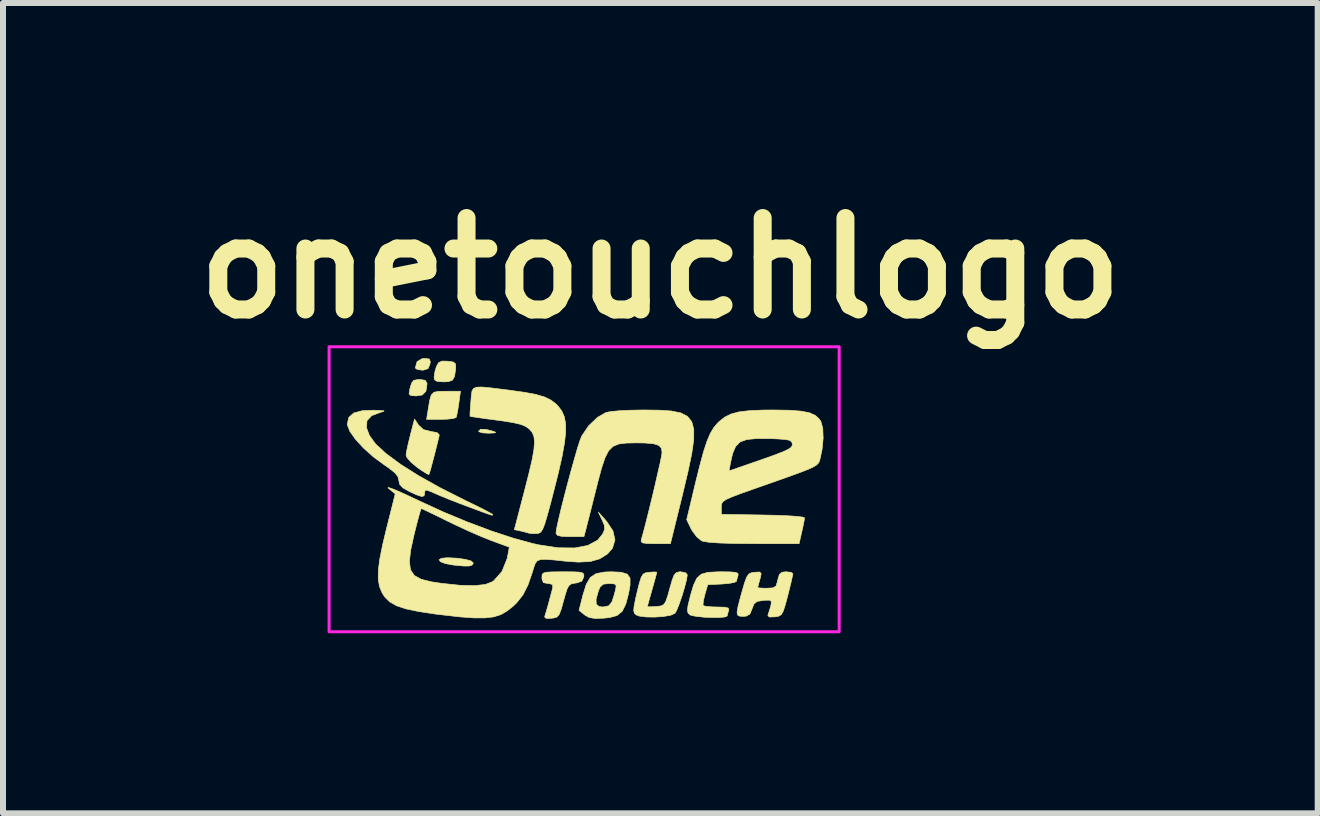
<source format=kicad_pcb>
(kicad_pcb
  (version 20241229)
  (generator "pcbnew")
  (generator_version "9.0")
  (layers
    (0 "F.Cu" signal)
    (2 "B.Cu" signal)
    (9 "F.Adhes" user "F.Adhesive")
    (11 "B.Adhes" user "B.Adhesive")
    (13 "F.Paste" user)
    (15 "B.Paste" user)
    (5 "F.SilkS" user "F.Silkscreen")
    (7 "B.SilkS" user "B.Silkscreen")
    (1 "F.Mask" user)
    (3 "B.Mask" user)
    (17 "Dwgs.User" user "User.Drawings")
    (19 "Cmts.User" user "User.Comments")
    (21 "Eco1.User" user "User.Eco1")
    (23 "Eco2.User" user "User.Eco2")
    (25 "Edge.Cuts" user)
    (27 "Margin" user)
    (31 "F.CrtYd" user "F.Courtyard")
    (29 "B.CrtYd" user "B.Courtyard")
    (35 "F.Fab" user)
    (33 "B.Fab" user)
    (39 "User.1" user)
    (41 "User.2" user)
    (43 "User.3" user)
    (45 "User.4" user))
  (footprint "onetouchlogo"
    (layer "F.Cu")
    (at 6.684 5.228)
    (property "Reference" "onetouchlogo" (at 1.27 -3.81 0) (layer "F.SilkS") (effects (font (size 1.524 1.524) (thickness 0.3))))
    (attr through_hole)
    (fp_poly (pts (xy -1.634 -1.122) (xy -1.524 -1.094) (xy -1.474 -1.075) (xy -1.488 -1.064) (xy -1.571 -1.06) (xy -1.592 -1.059) (xy -1.694 -1.065) (xy -1.753 -1.084) (xy -1.758 -1.094) (xy -1.725 -1.125) (xy -1.634 -1.122)) (stroke (width 0.01) (type solid)) (fill yes) (layer "F.SilkS"))
    (fp_poly (pts (xy -2.582 -2.296) (xy -2.563 -2.252) (xy -2.57 -2.208) (xy -2.601 -2.135) (xy -2.675 -2.111) (xy -2.701 -2.11) (xy -2.781 -2.121) (xy -2.814 -2.146) (xy -2.784 -2.251) (xy -2.699 -2.302) (xy -2.658 -2.306) (xy -2.582 -2.296)) (stroke (width 0.01) (type solid)) (fill yes) (layer "F.SilkS"))
    (fp_poly (pts (xy -2.648 -1.941) (xy -2.619 -1.893) (xy -2.618 -1.879) (xy -2.636 -1.758) (xy -2.697 -1.696) (xy -2.799 -1.68) (xy -2.887 -1.686) (xy -2.917 -1.714) (xy -2.907 -1.785) (xy -2.907 -1.788) (xy -2.877 -1.891) (xy -2.84 -1.94) (xy -2.772 -1.953) (xy -2.733 -1.954) (xy -2.648 -1.941)) (stroke (width 0.01) (type solid)) (fill yes) (layer "F.SilkS"))
    (fp_poly (pts (xy -2.114 1.024) (xy -1.977 1.044) (xy -1.882 1.071) (xy -1.847 1.104) (xy -1.848 1.109) (xy -1.869 1.14) (xy -1.917 1.154) (xy -2.008 1.154) (xy -2.158 1.14) (xy -2.185 1.137) (xy -2.315 1.113) (xy -2.394 1.082) (xy -2.418 1.05) (xy -2.378 1.025) (xy -2.279 1.016) (xy -2.114 1.024)) (stroke (width 0.01) (type solid)) (fill yes) (layer "F.SilkS"))
    (fp_poly (pts (xy -2.088 -1.556) (xy -2.107 -1.435) (xy -2.125 -1.347) (xy -2.134 -1.321) (xy -2.181 -1.304) (xy -2.282 -1.293) (xy -2.389 -1.29) (xy -2.625 -1.29) (xy -2.599 -1.456) (xy -2.574 -1.607) (xy -2.547 -1.697) (xy -2.501 -1.742) (xy -2.422 -1.757) (xy -2.298 -1.758) (xy -2.061 -1.758) (xy -2.088 -1.556)) (stroke (width 0.01) (type solid)) (fill yes) (layer "F.SilkS"))
    (fp_poly (pts (xy -2.276 -2.259) (xy -2.181 -2.246) (xy -2.142 -2.214) (xy -2.14 -2.144) (xy -2.141 -2.13) (xy -2.159 -2.006) (xy -2.195 -1.942) (xy -2.266 -1.918) (xy -2.343 -1.915) (xy -2.447 -1.921) (xy -2.492 -1.948) (xy -2.501 -1.99) (xy -2.487 -2.084) (xy -2.462 -2.169) (xy -2.425 -2.236) (xy -2.366 -2.261) (xy -2.276 -2.259)) (stroke (width 0.01) (type solid)) (fill yes) (layer "F.SilkS"))
    (fp_poly (pts (xy -2.762 -1.197) (xy -2.678 -1.119) (xy -2.55 -1.087) (xy -2.45 -1.069) (xy -2.415 -1.033) (xy -2.416 -1.016) (xy -2.447 -0.889) (xy -2.483 -0.743) (xy -2.521 -0.598) (xy -2.554 -0.474) (xy -2.578 -0.392) (xy -2.587 -0.37) (xy -2.622 -0.384) (xy -2.702 -0.434) (xy -2.785 -0.492) (xy -2.886 -0.576) (xy -2.952 -0.653) (xy -2.968 -0.694) (xy -2.957 -0.765) (xy -2.931 -0.885) (xy -2.896 -1.028) (xy -2.896 -1.029) (xy -2.826 -1.295) (xy -2.762 -1.197)) (stroke (width 0.01) (type solid)) (fill yes) (layer "F.SilkS"))
    (fp_poly (pts (xy -0.182 1.251) (xy -0.078 1.256) (xy -0.024 1.27) (xy -0.005 1.294) (xy -0.006 1.334) (xy -0.007 1.338) (xy -0.038 1.406) (xy -0.119 1.435) (xy -0.143 1.438) (xy -0.207 1.449) (xy -0.251 1.477) (xy -0.285 1.539) (xy -0.32 1.652) (xy -0.342 1.731) (xy -0.382 1.875) (xy -0.415 1.96) (xy -0.452 2.003) (xy -0.505 2.02) (xy -0.546 2.025) (xy -0.632 2.027) (xy -0.658 2.003) (xy -0.652 1.979) (xy -0.629 1.905) (xy -0.597 1.793) (xy -0.586 1.751) (xy -0.554 1.631) (xy -0.528 1.535) (xy -0.523 1.514) (xy -0.526 1.463) (xy -0.587 1.446) (xy -0.603 1.446) (xy -0.679 1.431) (xy -0.703 1.37) (xy -0.703 1.348) (xy -0.701 1.302) (xy -0.682 1.273) (xy -0.634 1.258) (xy -0.539 1.252) (xy -0.384 1.25) (xy -0.349 1.25) (xy -0.182 1.251)) (stroke (width 0.01) (type solid)) (fill yes) (layer "F.SilkS"))
    (fp_poly (pts (xy 0.617 1.258) (xy 0.719 1.289) (xy 0.765 1.356) (xy 0.765 1.473) (xy 0.742 1.606) (xy 0.694 1.789) (xy 0.635 1.908) (xy 0.55 1.978) (xy 0.425 2.013) (xy 0.328 2.023) (xy 0.181 2.028) (xy 0.084 2.012) (xy 0.011 1.971) (xy 0.006 1.967) (xy -0.085 1.893) (xy -0.038 1.708) (xy 0.199 1.708) (xy 0.202 1.791) (xy 0.251 1.83) (xy 0.314 1.837) (xy 0.412 1.817) (xy 0.464 1.749) (xy 0.464 1.749) (xy 0.499 1.641) (xy 0.523 1.553) (xy 0.534 1.481) (xy 0.506 1.452) (xy 0.419 1.446) (xy 0.415 1.446) (xy 0.318 1.457) (xy 0.265 1.506) (xy 0.238 1.569) (xy 0.199 1.708) (xy -0.038 1.708) (xy -0.021 1.64) (xy 0.035 1.46) (xy 0.103 1.344) (xy 0.201 1.28) (xy 0.343 1.254) (xy 0.449 1.25) (xy 0.617 1.258)) (stroke (width 0.01) (type solid)) (fill yes) (layer "F.SilkS"))
    (fp_poly (pts (xy 2.432 1.252) (xy 2.523 1.26) (xy 2.563 1.277) (xy 2.566 1.306) (xy 2.564 1.312) (xy 2.543 1.386) (xy 2.54 1.408) (xy 2.504 1.428) (xy 2.412 1.444) (xy 2.3 1.454) (xy 2.06 1.465) (xy 2.012 1.63) (xy 1.987 1.734) (xy 1.981 1.803) (xy 1.985 1.815) (xy 2.033 1.827) (xy 2.133 1.835) (xy 2.219 1.837) (xy 2.341 1.84) (xy 2.4 1.854) (xy 2.412 1.883) (xy 2.407 1.898) (xy 2.387 1.967) (xy 2.384 1.986) (xy 2.349 2.003) (xy 2.258 2.011) (xy 2.135 2.012) (xy 2 2.007) (xy 1.878 1.995) (xy 1.789 1.978) (xy 1.762 1.967) (xy 1.731 1.936) (xy 1.721 1.891) (xy 1.731 1.813) (xy 1.763 1.682) (xy 1.769 1.656) (xy 1.822 1.476) (xy 1.877 1.358) (xy 1.951 1.291) (xy 2.062 1.259) (xy 2.227 1.251) (xy 2.277 1.25) (xy 2.432 1.252)) (stroke (width 0.01) (type solid)) (fill yes) (layer "F.SilkS"))
    (fp_poly (pts (xy 1.69 1.266) (xy 1.719 1.299) (xy 1.707 1.382) (xy 1.675 1.506) (xy 1.632 1.649) (xy 1.585 1.786) (xy 1.542 1.893) (xy 1.512 1.943) (xy 1.443 1.974) (xy 1.322 1.995) (xy 1.176 2.005) (xy 1.033 2.003) (xy 0.918 1.988) (xy 0.866 1.968) (xy 0.837 1.94) (xy 0.826 1.896) (xy 0.833 1.82) (xy 0.858 1.696) (xy 0.881 1.596) (xy 0.92 1.439) (xy 0.951 1.342) (xy 0.983 1.289) (xy 1.025 1.267) (xy 1.085 1.258) (xy 1.171 1.253) (xy 1.211 1.257) (xy 1.211 1.258) (xy 1.201 1.299) (xy 1.175 1.395) (xy 1.138 1.526) (xy 1.133 1.544) (xy 1.095 1.678) (xy 1.067 1.779) (xy 1.055 1.828) (xy 1.055 1.829) (xy 1.089 1.834) (xy 1.175 1.831) (xy 1.201 1.829) (xy 1.277 1.82) (xy 1.325 1.798) (xy 1.36 1.746) (xy 1.394 1.648) (xy 1.425 1.534) (xy 1.467 1.389) (xy 1.5 1.304) (xy 1.536 1.264) (xy 1.585 1.251) (xy 1.611 1.25) (xy 1.69 1.266)) (stroke (width 0.01) (type solid)) (fill yes) (layer "F.SilkS"))
    (fp_poly (pts (xy -1.569 -1.816) (xy -1.372 -1.792) (xy -1.256 -1.777) (xy -0.997 -1.741) (xy -0.802 -1.705) (xy -0.658 -1.662) (xy -0.55 -1.609) (xy -0.464 -1.542) (xy -0.436 -1.513) (xy -0.374 -1.432) (xy -0.332 -1.338) (xy -0.309 -1.224) (xy -0.307 -1.08) (xy -0.327 -0.898) (xy -0.368 -0.67) (xy -0.432 -0.388) (xy -0.519 -0.044) (xy -0.561 0.117) (xy -0.616 0.318) (xy -0.657 0.456) (xy -0.691 0.542) (xy -0.723 0.589) (xy -0.758 0.609) (xy -0.785 0.613) (xy -0.874 0.614) (xy -0.918 0.607) (xy -0.984 0.589) (xy -1.06 0.57) (xy -1.163 0.548) (xy -0.992 -0.107) (xy -0.919 -0.394) (xy -0.867 -0.616) (xy -0.837 -0.785) (xy -0.827 -0.909) (xy -0.836 -1) (xy -0.863 -1.068) (xy -0.909 -1.124) (xy -0.915 -1.13) (xy -0.973 -1.172) (xy -1.057 -1.206) (xy -1.181 -1.235) (xy -1.36 -1.264) (xy -1.451 -1.276) (xy -1.627 -1.299) (xy -1.771 -1.32) (xy -1.868 -1.334) (xy -1.901 -1.341) (xy -1.902 -1.381) (xy -1.896 -1.477) (xy -1.887 -1.593) (xy -1.879 -1.691) (xy -1.869 -1.761) (xy -1.844 -1.804) (xy -1.794 -1.826) (xy -1.706 -1.829) (xy -1.569 -1.816)) (stroke (width 0.01) (type solid)) (fill yes) (layer "F.SilkS"))
    (fp_poly (pts (xy 3.446 1.259) (xy 3.479 1.28) (xy 3.47 1.328) (xy 3.446 1.434) (xy 3.411 1.577) (xy 3.393 1.648) (xy 3.35 1.809) (xy 3.317 1.909) (xy 3.285 1.964) (xy 3.243 1.99) (xy 3.183 2.001) (xy 3.175 2.001) (xy 3.088 2.004) (xy 3.062 1.981) (xy 3.066 1.962) (xy 3.092 1.882) (xy 3.112 1.811) (xy 3.121 1.749) (xy 3.096 1.724) (xy 3.015 1.724) (xy 2.986 1.727) (xy 2.883 1.744) (xy 2.83 1.787) (xy 2.799 1.866) (xy 2.762 1.955) (xy 2.702 1.989) (xy 2.652 1.993) (xy 2.593 1.99) (xy 2.558 1.972) (xy 2.548 1.926) (xy 2.562 1.839) (xy 2.598 1.698) (xy 2.63 1.583) (xy 2.675 1.429) (xy 2.71 1.336) (xy 2.745 1.286) (xy 2.791 1.265) (xy 2.842 1.258) (xy 2.924 1.254) (xy 2.95 1.279) (xy 2.935 1.354) (xy 2.929 1.375) (xy 2.904 1.464) (xy 2.892 1.512) (xy 2.892 1.514) (xy 2.926 1.52) (xy 3.013 1.524) (xy 3.046 1.524) (xy 3.147 1.518) (xy 3.197 1.488) (xy 3.221 1.413) (xy 3.226 1.387) (xy 3.253 1.294) (xy 3.299 1.257) (xy 3.365 1.25) (xy 3.446 1.259)) (stroke (width 0.01) (type solid)) (fill yes) (layer "F.SilkS"))
    (fp_poly (pts (xy -3.39 -1.438) (xy -3.334 -1.432) (xy -3.343 -1.421) (xy -3.39 -1.408) (xy -3.541 -1.351) (xy -3.619 -1.267) (xy -3.627 -1.151) (xy -3.577 -1.019) (xy -3.473 -0.877) (xy -3.298 -0.717) (xy -3.058 -0.54) (xy -2.757 -0.35) (xy -2.399 -0.15) (xy -1.989 0.057) (xy -1.973 0.065) (xy -1.804 0.147) (xy -1.664 0.217) (xy -1.567 0.269) (xy -1.525 0.295) (xy -1.524 0.297) (xy -1.524 0.305) (xy -1.531 0.308) (xy -1.56 0.301) (xy -1.624 0.279) (xy -1.735 0.238) (xy -1.895 0.179) (xy -2.076 0.111) (xy -2.253 0.042) (xy -2.397 -0.017) (xy -2.436 -0.034) (xy -2.557 -0.087) (xy -2.623 -0.11) (xy -2.651 -0.106) (xy -2.657 -0.076) (xy -2.657 -0.059) (xy -2.668 -0.014) (xy -2.711 -0.005) (xy -2.797 -0.034) (xy -2.91 -0.086) (xy -3.022 -0.149) (xy -3.075 -0.209) (xy -3.088 -0.272) (xy -3.104 -0.337) (xy -3.159 -0.404) (xy -3.266 -0.487) (xy -3.326 -0.528) (xy -3.51 -0.663) (xy -3.676 -0.811) (xy -3.811 -0.958) (xy -3.905 -1.091) (xy -3.946 -1.199) (xy -3.947 -1.212) (xy -3.921 -1.323) (xy -3.839 -1.396) (xy -3.696 -1.434) (xy -3.518 -1.442) (xy -3.39 -1.438)) (stroke (width 0.01) (type solid)) (fill yes) (layer "F.SilkS"))
    (fp_poly (pts (xy 1.253 -1.443) (xy 1.456 -1.429) (xy 1.611 -1.397) (xy 1.722 -1.34) (xy 1.793 -1.251) (xy 1.827 -1.123) (xy 1.826 -0.949) (xy 1.794 -0.722) (xy 1.734 -0.434) (xy 1.65 -0.079) (xy 1.638 -0.029) (xy 1.438 0.782) (xy 1.185 0.782) (xy 1.049 0.779) (xy 0.976 0.769) (xy 0.95 0.746) (xy 0.953 0.713) (xy 0.987 0.593) (xy 1.03 0.428) (xy 1.079 0.232) (xy 1.131 0.02) (xy 1.181 -0.191) (xy 1.226 -0.388) (xy 1.264 -0.554) (xy 1.289 -0.676) (xy 1.298 -0.737) (xy 1.298 -0.737) (xy 1.288 -0.809) (xy 1.245 -0.856) (xy 1.158 -0.883) (xy 1.015 -0.896) (xy 0.872 -0.898) (xy 0.704 -0.895) (xy 0.577 -0.879) (xy 0.481 -0.839) (xy 0.407 -0.765) (xy 0.347 -0.647) (xy 0.29 -0.476) (xy 0.227 -0.241) (xy 0.211 -0.176) (xy 0.158 0.034) (xy 0.109 0.229) (xy 0.068 0.39) (xy 0.04 0.499) (xy 0.036 0.518) (xy -0.003 0.664) (xy -0.236 0.664) (xy -0.371 0.66) (xy -0.443 0.644) (xy -0.468 0.613) (xy -0.469 0.604) (xy -0.459 0.531) (xy -0.43 0.397) (xy -0.388 0.219) (xy -0.336 0.011) (xy -0.278 -0.211) (xy -0.218 -0.433) (xy -0.16 -0.64) (xy -0.109 -0.816) (xy -0.067 -0.945) (xy -0.041 -1.011) (xy 0.075 -1.182) (xy 0.222 -1.323) (xy 0.364 -1.404) (xy 0.444 -1.42) (xy 0.583 -1.433) (xy 0.763 -1.442) (xy 0.966 -1.446) (xy 1.001 -1.446) (xy 1.253 -1.443)) (stroke (width 0.01) (type solid)) (fill yes) (layer "F.SilkS"))
    (fp_poly (pts (xy 3.416 -1.442) (xy 3.613 -1.427) (xy 3.754 -1.4) (xy 3.853 -1.356) (xy 3.919 -1.295) (xy 3.946 -1.253) (xy 3.977 -1.138) (xy 3.983 -0.975) (xy 3.965 -0.79) (xy 3.943 -0.684) (xy 3.932 -0.634) (xy 3.922 -0.594) (xy 3.904 -0.561) (xy 3.872 -0.529) (xy 3.816 -0.495) (xy 3.73 -0.456) (xy 3.604 -0.407) (xy 3.432 -0.344) (xy 3.204 -0.263) (xy 2.913 -0.161) (xy 2.814 -0.126) (xy 2.607 -0.053) (xy 2.463 0.002) (xy 2.37 0.043) (xy 2.317 0.078) (xy 2.293 0.113) (xy 2.286 0.155) (xy 2.286 0.176) (xy 2.286 0.293) (xy 2.98 0.304) (xy 3.203 0.309) (xy 3.396 0.317) (xy 3.547 0.327) (xy 3.643 0.339) (xy 3.673 0.35) (xy 3.665 0.405) (xy 3.644 0.509) (xy 3.627 0.583) (xy 3.582 0.782) (xy 2.817 0.781) (xy 2.503 0.778) (xy 2.263 0.771) (xy 2.092 0.76) (xy 1.985 0.743) (xy 1.954 0.732) (xy 1.874 0.666) (xy 1.798 0.562) (xy 1.782 0.533) (xy 1.709 0.382) (xy 1.855 -0.229) (xy 1.905 -0.43) (xy 2.414 -0.43) (xy 2.947 -0.615) (xy 3.158 -0.69) (xy 3.306 -0.747) (xy 3.4 -0.79) (xy 3.451 -0.825) (xy 3.469 -0.858) (xy 3.47 -0.879) (xy 3.457 -0.917) (xy 3.423 -0.941) (xy 3.351 -0.955) (xy 3.226 -0.964) (xy 3.103 -0.969) (xy 2.875 -0.97) (xy 2.711 -0.954) (xy 2.598 -0.913) (xy 2.524 -0.837) (xy 2.474 -0.72) (xy 2.44 -0.571) (xy 2.414 -0.43) (xy 1.905 -0.43) (xy 1.928 -0.523) (xy 1.99 -0.751) (xy 2.047 -0.925) (xy 2.103 -1.056) (xy 2.161 -1.154) (xy 2.227 -1.232) (xy 2.252 -1.255) (xy 2.345 -1.328) (xy 2.451 -1.38) (xy 2.584 -1.415) (xy 2.757 -1.435) (xy 2.984 -1.445) (xy 3.153 -1.446) (xy 3.416 -1.442)) (stroke (width 0.01) (type solid)) (fill yes) (layer "F.SilkS"))
    (fp_poly (pts (xy -3.211 -0.139) (xy -3.1 -0.094) (xy -2.945 -0.024) (xy -2.753 0.066) (xy -2.735 0.075) (xy -2.345 0.254) (xy -1.945 0.42) (xy -1.554 0.567) (xy -1.188 0.688) (xy -0.865 0.777) (xy -0.763 0.8) (xy -0.434 0.85) (xy -0.158 0.853) (xy 0.062 0.811) (xy 0.224 0.724) (xy 0.308 0.622) (xy 0.341 0.544) (xy 0.336 0.472) (xy 0.3 0.388) (xy 0.236 0.254) (xy 0.372 0.407) (xy 0.48 0.568) (xy 0.514 0.72) (xy 0.472 0.858) (xy 0.39 0.952) (xy 0.26 1.034) (xy 0.103 1.079) (xy -0.098 1.089) (xy -0.288 1.076) (xy -0.494 1.054) (xy -0.635 1.043) (xy -0.727 1.046) (xy -0.782 1.068) (xy -0.816 1.114) (xy -0.841 1.186) (xy -0.86 1.25) (xy -0.936 1.471) (xy -1.02 1.635) (xy -1.124 1.767) (xy -1.189 1.829) (xy -1.289 1.907) (xy -1.391 1.965) (xy -1.509 2.002) (xy -1.652 2.019) (xy -1.834 2.019) (xy -2.065 2.002) (xy -2.358 1.969) (xy -2.468 1.956) (xy -2.75 1.914) (xy -2.966 1.869) (xy -3.127 1.816) (xy -3.242 1.75) (xy -3.325 1.667) (xy -3.367 1.601) (xy -3.41 1.497) (xy -3.431 1.376) (xy -3.43 1.228) (xy -3.411 1.079) (xy -2.912 1.079) (xy -2.894 1.216) (xy -2.831 1.311) (xy -2.716 1.375) (xy -2.543 1.418) (xy -2.382 1.442) (xy -2.068 1.475) (xy -1.824 1.481) (xy -1.645 1.461) (xy -1.525 1.414) (xy -1.509 1.403) (xy -1.369 1.244) (xy -1.283 1.03) (xy -1.272 0.976) (xy -1.247 0.84) (xy -1.552 0.728) (xy -1.716 0.662) (xy -1.921 0.573) (xy -2.135 0.474) (xy -2.278 0.405) (xy -2.442 0.324) (xy -2.579 0.258) (xy -2.674 0.213) (xy -2.714 0.195) (xy -2.714 0.195) (xy -2.728 0.231) (xy -2.756 0.328) (xy -2.794 0.471) (xy -2.836 0.64) (xy -2.891 0.891) (xy -2.912 1.079) (xy -3.411 1.079) (xy -3.406 1.04) (xy -3.358 0.8) (xy -3.294 0.533) (xy -3.148 -0.048) (xy -3.264 -0.143) (xy -3.268 -0.156) (xy -3.211 -0.139)) (stroke (width 0.01) (type solid)) (fill yes) (layer "F.SilkS"))
    (fp_rect (start -4.25 -2.5) (end 4.25 2.25) (stroke (width 0.05) (type default)) (fill no) (layer "F.CrtYd")))
  (gr_rect
    (start -3 -3)
    (end 18.908 10.503)
    (stroke (width 0.1) (type default))
    (fill no)
    (layer "Edge.Cuts")))
</source>
